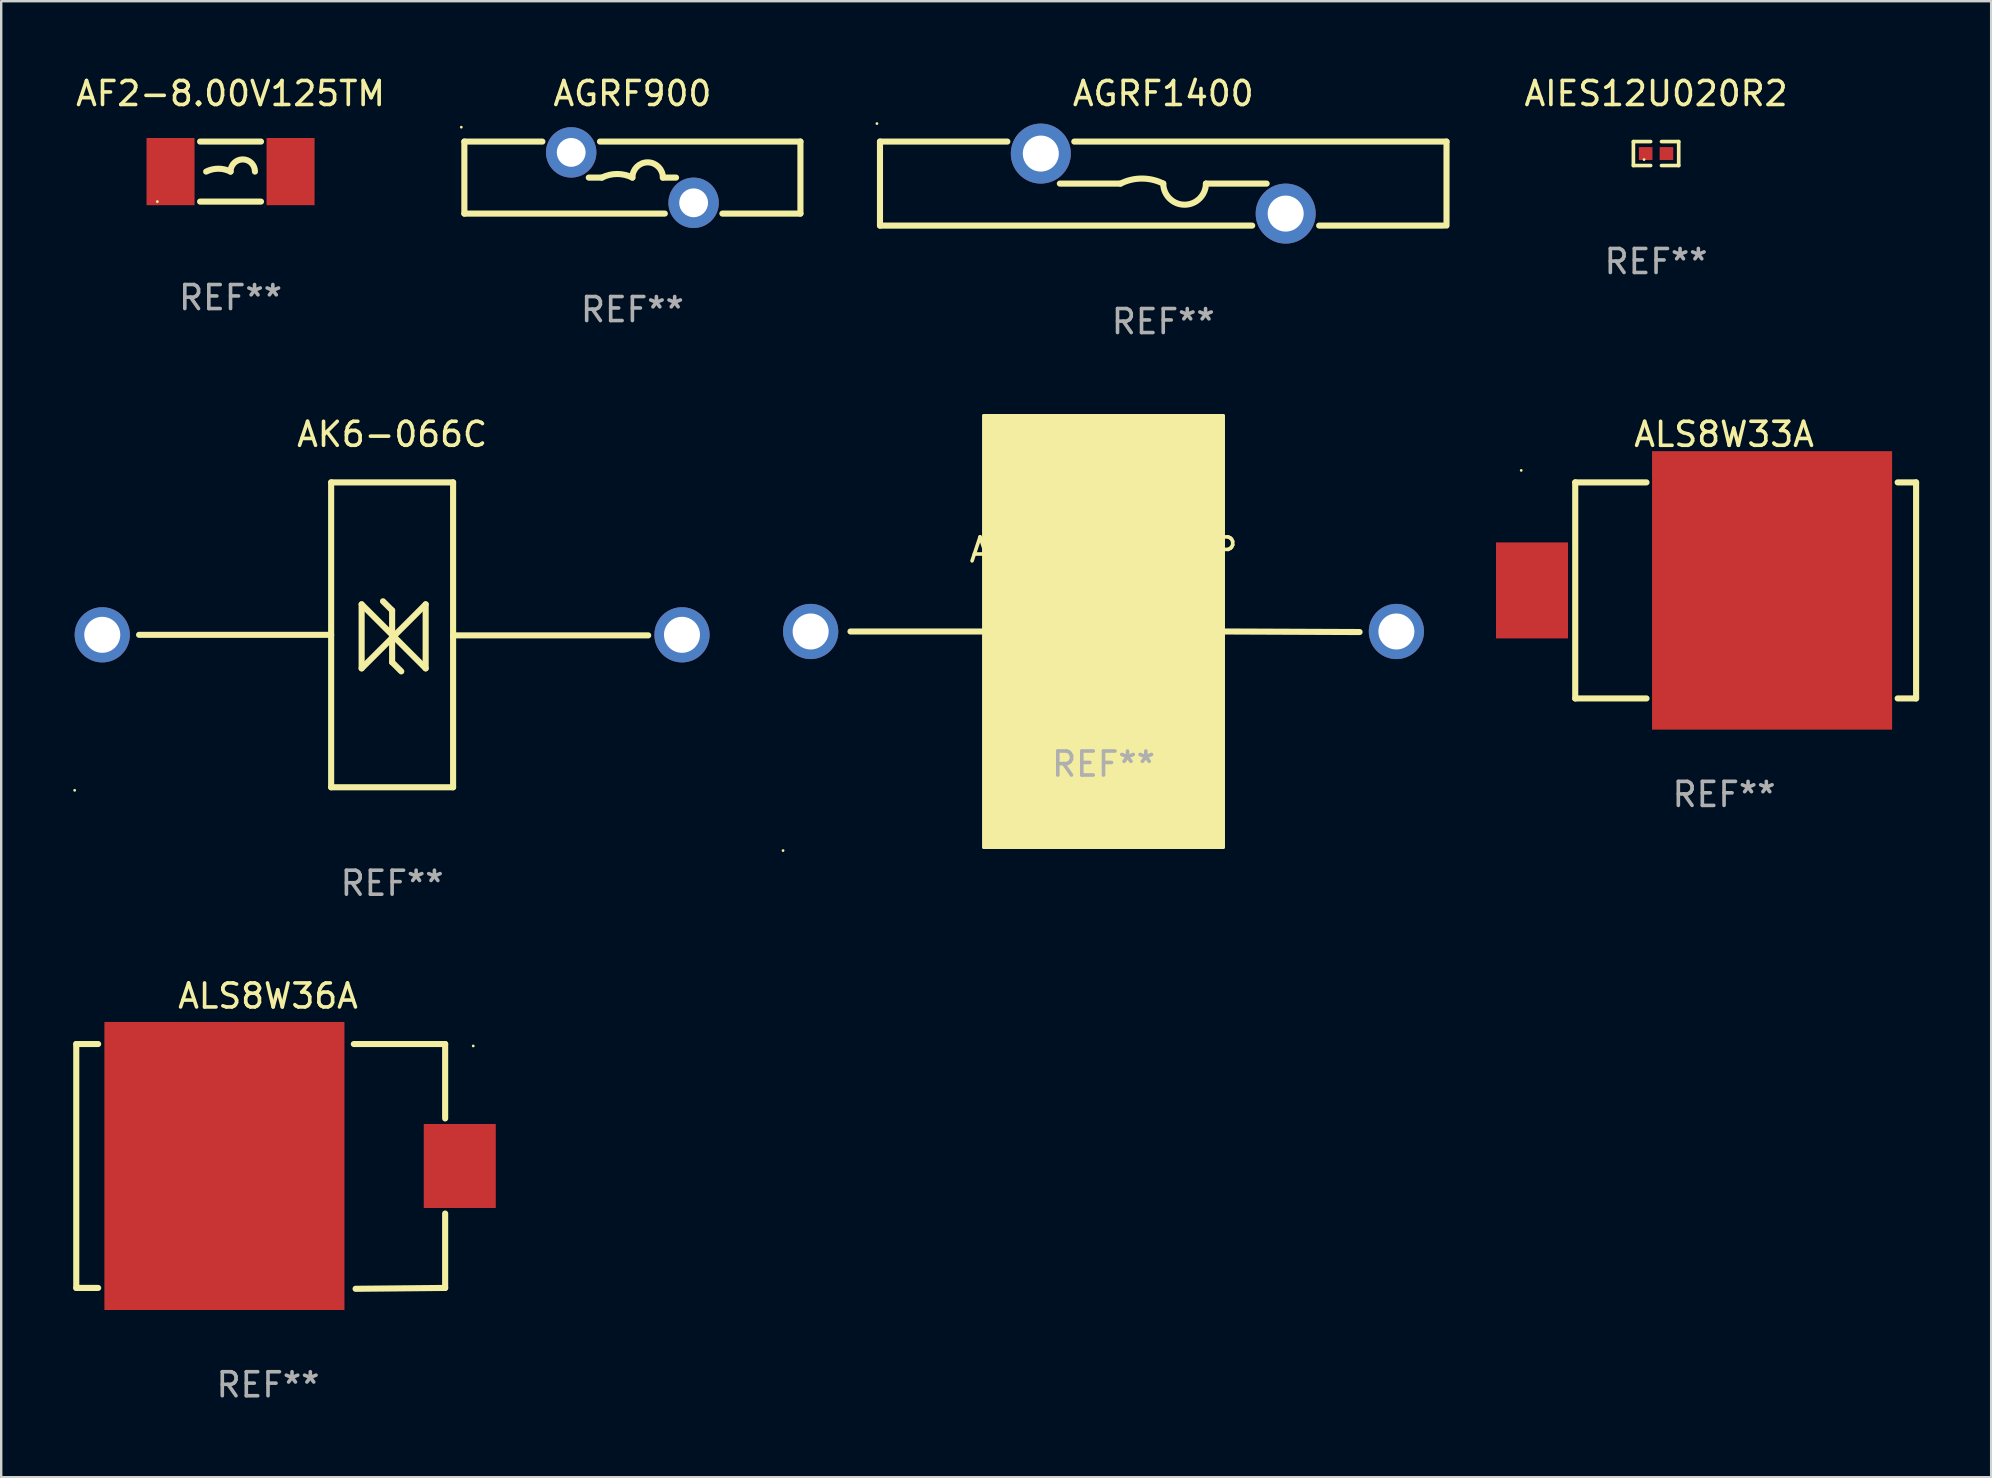
<source format=kicad_pcb>
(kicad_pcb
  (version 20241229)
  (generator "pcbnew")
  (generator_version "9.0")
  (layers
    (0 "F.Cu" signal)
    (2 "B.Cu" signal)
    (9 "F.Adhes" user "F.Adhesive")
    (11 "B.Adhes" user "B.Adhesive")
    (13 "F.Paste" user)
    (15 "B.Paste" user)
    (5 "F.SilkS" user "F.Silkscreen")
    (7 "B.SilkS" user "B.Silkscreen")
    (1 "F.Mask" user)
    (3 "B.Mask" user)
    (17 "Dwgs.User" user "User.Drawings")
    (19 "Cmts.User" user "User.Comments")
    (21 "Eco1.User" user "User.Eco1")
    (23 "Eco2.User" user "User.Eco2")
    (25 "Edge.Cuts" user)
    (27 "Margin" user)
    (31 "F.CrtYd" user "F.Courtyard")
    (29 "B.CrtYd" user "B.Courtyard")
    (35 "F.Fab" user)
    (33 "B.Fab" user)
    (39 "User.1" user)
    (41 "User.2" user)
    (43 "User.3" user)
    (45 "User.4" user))
  (footprint "AK6-076C-BP"
    (layer "F.Cu")
    (at 42.92 23.32)
    (property "Reference" "AK6-076C-BP" (at 0 -3.461 0) (layer "F.SilkS") (effects (font (size 1 1) (thickness 0.15))))
    (attr through_hole)
    (fp_line (start -10.541 -0.064) (end -5.08 -0.064) (stroke (width 0.254) (type solid)) (layer "F.SilkS"))
    (fp_line (start -1.27 -1.334) (end 1.397 1.334) (stroke (width 0.254) (type solid)) (layer "F.SilkS"))
    (fp_line (start -1.27 1.334) (end -1.27 -1.334) (stroke (width 0.254) (type solid)) (layer "F.SilkS"))
    (fp_line (start -0.381 -1.461) (end -0.000025 -1.08) (stroke (width 0.254) (type solid)) (layer "F.SilkS"))
    (fp_line (start -0.000025 -1.08) (end -0.000025 1.08) (stroke (width 0.254) (type solid)) (layer "F.SilkS"))
    (fp_line (start -0.000025 1.08) (end 0.381 1.461) (stroke (width 0.254) (type solid)) (layer "F.SilkS"))
    (fp_line (start 1.397 -1.334) (end -1.27 1.334) (stroke (width 0.254) (type solid)) (layer "F.SilkS"))
    (fp_line (start 1.397 1.334) (end 1.397 -1.334) (stroke (width 0.254) (type solid)) (layer "F.SilkS"))
    (fp_line (start 5.08 -0.064) (end 10.668 -0.041) (stroke (width 0.254) (type solid)) (layer "F.SilkS"))
    (fp_circle (center -13.35 9.063) (end -13.32 9.063) (stroke (width 0.06) (type solid)) (fill no) (layer "F.SilkS"))
    (fp_poly (pts (xy -5 -9.064) (xy 5 -9.064) (xy 5 8.937) (xy -5 8.937)) (stroke (width 0.12) (type solid)) (fill yes) (layer "F.SilkS"))
    (fp_text user "REF**" (at 0 5.461 0) (layer "F.Fab") (effects (font (size 1 1) (thickness 0.15))))
    (pad "1" thru_hole circle (at -12.2 -0.064) (size 2.3 2.3) (drill 1.5) (layers "*.Cu" "*.Mask"))
    (pad "2" thru_hole circle (at 12.2 -0.064) (size 2.3 2.3) (drill 1.5) (layers "*.Cu" "*.Mask")))
  (footprint "ALS8W33A"
    (layer "F.Cu")
    (at 68.77 21.545)
    (property "Reference" "ALS8W33A" (at 0 -6.5 0) (layer "F.SilkS") (effects (font (size 1 1) (thickness 0.15))))
    (attr through_hole)
    (fp_line (start -6.2 -4.5) (end -6.2 4.5) (stroke (width 0.254) (type solid)) (layer "F.SilkS"))
    (fp_line (start -6.2 -4.5) (end -3.231 -4.5) (stroke (width 0.254) (type solid)) (layer "F.SilkS"))
    (fp_line (start -6.2 4.5) (end -3.231 4.5) (stroke (width 0.254) (type solid)) (layer "F.SilkS"))
    (fp_line (start 7.231 -4.5) (end 8 -4.5) (stroke (width 0.254) (type solid)) (layer "F.SilkS"))
    (fp_line (start 7.231 4.5) (end 8 4.5) (stroke (width 0.254) (type solid)) (layer "F.SilkS"))
    (fp_line (start 8 -4.5) (end 8 4.5) (stroke (width 0.254) (type solid)) (layer "F.SilkS"))
    (fp_circle (center -8.45 -5) (end -8.42 -5) (stroke (width 0.06) (type solid)) (fill no) (layer "F.SilkS"))
    (fp_text user "REF**" (at 0 8.5 0) (layer "F.Fab") (effects (font (size 1 1) (thickness 0.15))))
    (pad "1" smd rect (at -8 -0.000076 180) (size 3 4) (layers "F.Cu" "F.Mask" "F.Paste"))
    (pad "2" smd rect (at 2 -0.000076 180) (size 10 11.6) (layers "F.Cu" "F.Mask" "F.Paste")))
  (footprint "AGRF900"
    (layer "F.Cu")
    (at 23.294 4.348)
    (property "Reference" "AGRF900" (at 0 -3.5 0) (layer "F.SilkS") (effects (font (size 1 1) (thickness 0.15))))
    (attr through_hole)
    (fp_line (start -7 -1.5) (end -7 1.5) (stroke (width 0.254) (type solid)) (layer "F.SilkS"))
    (fp_line (start -7 -1.5) (end -3.749 -1.5) (stroke (width 0.254) (type solid)) (layer "F.SilkS"))
    (fp_line (start -7 1.5) (end 1.351 1.5) (stroke (width 0.254) (type solid)) (layer "F.SilkS"))
    (fp_line (start -1.818 0.000013) (end -1.27 0.000013) (stroke (width 0.254) (type solid)) (layer "F.SilkS"))
    (fp_line (start -1.351 -1.5) (end 7 -1.5) (stroke (width 0.254) (type solid)) (layer "F.SilkS"))
    (fp_line (start 1.818 0.000013) (end 1.27 0.000013) (stroke (width 0.254) (type solid)) (layer "F.SilkS"))
    (fp_line (start 3.749 1.5) (end 7 1.5) (stroke (width 0.254) (type solid)) (layer "F.SilkS"))
    (fp_line (start 7 -1.5) (end 7 1.5) (stroke (width 0.254) (type solid)) (layer "F.SilkS"))
    (fp_arc (start -1.270003 0.000013) (mid -0.635002 -0.149891) (end -0.000001 0.000012) (stroke (width 0.254001) (type solid)) (layer "F.SilkS"))
    (fp_arc (start -0.000001 0.000013) (mid 0.635001 -0.634989) (end 1.270003 0.000013) (stroke (width 0.254001) (type solid)) (layer "F.SilkS"))
    (fp_circle (center -7.127 -2.1) (end -7.097 -2.1) (stroke (width 0.06) (type solid)) (fill no) (layer "F.SilkS"))
    (fp_text user "REF**" (at 0 5.5 0) (layer "F.Fab") (effects (font (size 1 1) (thickness 0.15))))
    (pad "1" thru_hole circle (at -2.55 -1.05) (size 2.1 2.1) (drill 1.2) (layers "*.Cu" "*.Mask"))
    (pad "2" thru_hole circle (at 2.55 1.05) (size 2.1 2.1) (drill 1.2) (layers "*.Cu" "*.Mask")))
  (footprint "ALS8W36A"
    (layer "F.Cu")
    (at 8.115 45.54)
    (property "Reference" "ALS8W36A" (at 0 -7.098 0) (layer "F.SilkS") (effects (font (size 1 1) (thickness 0.15))))
    (attr through_hole)
    (fp_line (start -7.988 -5.098) (end -7.076 -5.098) (stroke (width 0.254) (type solid)) (layer "F.SilkS"))
    (fp_line (start -7.988 5.062) (end -7.988 -5.098) (stroke (width 0.254) (type solid)) (layer "F.SilkS"))
    (fp_line (start -7.076 5.062) (end -7.988 5.062) (stroke (width 0.254) (type solid)) (layer "F.SilkS"))
    (fp_line (start 3.575 -5.098) (end 7.379 -5.098) (stroke (width 0.254) (type solid)) (layer "F.SilkS"))
    (fp_line (start 7.379 -5.098) (end 7.379 -1.999) (stroke (width 0.254) (type solid)) (layer "F.SilkS"))
    (fp_line (start 7.379 1.963) (end 7.379 5.062) (stroke (width 0.254) (type solid)) (layer "F.SilkS"))
    (fp_line (start 7.379 5.062) (end 3.648 5.098) (stroke (width 0.254) (type solid)) (layer "F.SilkS"))
    (fp_circle (center 8.549 -5.018) (end 8.579 -5.018) (stroke (width 0.06) (type solid)) (fill no) (layer "F.SilkS"))
    (fp_text user "REF**" (at 0 9.098 0) (layer "F.Fab") (effects (font (size 1 1) (thickness 0.15))))
    (pad "1" smd rect (at 7.988 -0.018 90) (size 3.5 3) (layers "F.Cu" "F.Mask" "F.Paste"))
    (pad "2" smd rect (at -1.816 -0.018 90) (size 12 10) (layers "F.Cu" "F.Mask" "F.Paste")))
  (footprint "AF2-8.00V125TM"
    (layer "F.Cu")
    (at 6.554 4.098)
    (property "Reference" "AF2-8.00V125TM" (at 0 -3.25 0) (layer "F.SilkS") (effects (font (size 1 1) (thickness 0.15))))
    (attr through_hole)
    (fp_line (start -1.269 -1.25) (end 1.269 -1.25) (stroke (width 0.254) (type solid)) (layer "F.SilkS"))
    (fp_line (start -1.269 1.25) (end 1.269 1.25) (stroke (width 0.254) (type solid)) (layer "F.SilkS"))
    (fp_arc (start -1.016002 0) (mid -0.508001 -0.119923) (end 0 0) (stroke (width 0.254001) (type solid)) (layer "F.SilkS"))
    (fp_arc (start 0 0) (mid 0.508001 -0.508001) (end 1.016002 0) (stroke (width 0.254001) (type solid)) (layer "F.SilkS"))
    (fp_circle (center -3.05 1.25) (end -3.02 1.25) (stroke (width 0.06) (type solid)) (fill no) (layer "F.SilkS"))
    (fp_text user "REF**" (at 0 5.25 0) (layer "F.Fab") (effects (font (size 1 1) (thickness 0.15))))
    (pad "1" smd rect (at -2.5 0) (size 2 2.8) (layers "F.Cu" "F.Mask" "F.Paste"))
    (pad "2" smd rect (at 2.5 0) (size 2 2.8) (layers "F.Cu" "F.Mask" "F.Paste")))
  (footprint "AIES12U020R2"
    (layer "F.Cu")
    (at 65.937 3.347)
    (property "Reference" "AIES12U020R2" (at 0 -2.499 0) (layer "F.SilkS") (effects (font (size 1 1) (thickness 0.15))))
    (attr through_hole)
    (fp_line (start -0.944 -0.499) (end -0.226 -0.499) (stroke (width 0.152) (type solid)) (layer "F.SilkS"))
    (fp_line (start -0.944 0.499) (end -0.944 -0.499) (stroke (width 0.152) (type solid)) (layer "F.SilkS"))
    (fp_line (start -0.226 0.499) (end -0.944 0.499) (stroke (width 0.152) (type solid)) (layer "F.SilkS"))
    (fp_line (start 0.226 0.499) (end 0.944 0.499) (stroke (width 0.152) (type solid)) (layer "F.SilkS"))
    (fp_line (start 0.944 -0.499) (end 0.226 -0.499) (stroke (width 0.152) (type solid)) (layer "F.SilkS"))
    (fp_line (start 0.944 0.499) (end 0.944 -0.499) (stroke (width 0.152) (type solid)) (layer "F.SilkS"))
    (fp_circle (center -0.5 0.25) (end -0.47 0.25) (stroke (width 0.06) (type solid)) (fill no) (layer "F.SilkS"))
    (fp_text user "REF**" (at 0 4.499 0) (layer "F.Fab") (effects (font (size 1 1) (thickness 0.15))))
    (pad "1" smd rect (at -0.433 0) (size 0.566 0.54) (layers "F.Cu" "F.Mask" "F.Paste"))
    (pad "2" smd rect (at 0.433 0) (size 0.566 0.54) (layers "F.Cu" "F.Mask" "F.Paste")))
  (footprint "AK6-066C"
    (layer "F.Cu")
    (at 13.285 23.395)
    (property "Reference" "AK6-066C" (at 0 -8.35 0) (layer "F.SilkS") (effects (font (size 1 1) (thickness 0.15))))
    (attr through_hole)
    (fp_line (start -10.541 0) (end -2.54 0) (stroke (width 0.254) (type solid)) (layer "F.SilkS"))
    (fp_line (start -2.54 -6.35) (end 2.54 -6.35) (stroke (width 0.254) (type solid)) (layer "F.SilkS"))
    (fp_line (start -2.54 6.35) (end -2.54 -6.35) (stroke (width 0.254) (type solid)) (layer "F.SilkS"))
    (fp_line (start -1.27 -1.27) (end 1.397 1.397) (stroke (width 0.254) (type solid)) (layer "F.SilkS"))
    (fp_line (start -1.27 1.397) (end -1.27 -1.27) (stroke (width 0.254) (type solid)) (layer "F.SilkS"))
    (fp_line (start -0.381 -1.397) (end -0.000025 -1.016) (stroke (width 0.254) (type solid)) (layer "F.SilkS"))
    (fp_line (start -0.000025 -1.016) (end -0.000025 1.143) (stroke (width 0.254) (type solid)) (layer "F.SilkS"))
    (fp_line (start -0.000025 1.143) (end 0.381 1.524) (stroke (width 0.254) (type solid)) (layer "F.SilkS"))
    (fp_line (start 1.397 -1.27) (end -1.27 1.397) (stroke (width 0.254) (type solid)) (layer "F.SilkS"))
    (fp_line (start 1.397 1.397) (end 1.397 -1.27) (stroke (width 0.254) (type solid)) (layer "F.SilkS"))
    (fp_line (start 2.54 -6.35) (end 2.54 6.35) (stroke (width 0.254) (type solid)) (layer "F.SilkS"))
    (fp_line (start 2.54 0.023) (end 10.668 0.023) (stroke (width 0.254) (type solid)) (layer "F.SilkS"))
    (fp_line (start 2.54 6.35) (end -2.54 6.35) (stroke (width 0.254) (type solid)) (layer "F.SilkS"))
    (fp_circle (center -13.225 6.477) (end -13.195 6.477) (stroke (width 0.06) (type solid)) (fill no) (layer "F.SilkS"))
    (fp_text user "REF**" (at 0 10.35 0) (layer "F.Fab") (effects (font (size 1 1) (thickness 0.15))))
    (pad "1" thru_hole circle (at -12.075 0) (size 2.3 2.3) (drill 1.5) (layers "*.Cu" "*.Mask"))
    (pad "2" thru_hole circle (at 12.075 0) (size 2.3 2.3) (drill 1.5) (layers "*.Cu" "*.Mask")))
  (footprint "AGRF1400"
    (layer "F.Cu")
    (at 45.408 4.598)
    (property "Reference" "AGRF1400" (at 0 -3.75 0) (layer "F.SilkS") (effects (font (size 1 1) (thickness 0.15))))
    (attr through_hole)
    (fp_line (start -11.8 -1.75) (end -6.494 -1.75) (stroke (width 0.254) (type solid)) (layer "F.SilkS"))
    (fp_line (start -11.8 1.75) (end -11.8 -1.75) (stroke (width 0.254) (type solid)) (layer "F.SilkS"))
    (fp_line (start -11.8 1.75) (end 3.706 1.75) (stroke (width 0.254) (type solid)) (layer "F.SilkS"))
    (fp_line (start -4.308 0) (end -1.778 0) (stroke (width 0.254) (type solid)) (layer "F.SilkS"))
    (fp_line (start -3.706 -1.75) (end 11.8 -1.75) (stroke (width 0.254) (type solid)) (layer "F.SilkS"))
    (fp_line (start 4.308 0) (end 1.778 0) (stroke (width 0.254) (type solid)) (layer "F.SilkS"))
    (fp_line (start 6.494 1.75) (end 11.684 1.75) (stroke (width 0.254) (type solid)) (layer "F.SilkS"))
    (fp_line (start 11.8 -1.75) (end 11.8 1.75) (stroke (width 0.254) (type solid)) (layer "F.SilkS"))
    (fp_arc (start -1.777877 0) (mid -0.888875 -0.209865) (end 0.000127 0) (stroke (width 0.254001) (type solid)) (layer "F.SilkS"))
    (fp_arc (start 1.778131 0) (mid 0.888938 0.888825) (end -0.000001 -0.000253) (stroke (width 0.254001) (type solid)) (layer "F.SilkS"))
    (fp_circle (center -11.927 -2.5) (end -11.897 -2.5) (stroke (width 0.06) (type solid)) (fill no) (layer "F.SilkS"))
    (fp_text user "REF**" (at 0 5.75 0) (layer "F.Fab") (effects (font (size 1 1) (thickness 0.15))))
    (pad "1" thru_hole circle (at -5.1 -1.25) (size 2.5 2.5) (drill 1.5) (layers "*.Cu" "*.Mask"))
    (pad "2" thru_hole circle (at 5.1 1.25) (size 2.5 2.5) (drill 1.5) (layers "*.Cu" "*.Mask")))
  (gr_rect
    (start -3 -3)
    (end 79.897 58.486)
    (stroke (width 0.1) (type default))
    (fill no)
    (layer "Edge.Cuts")))
</source>
